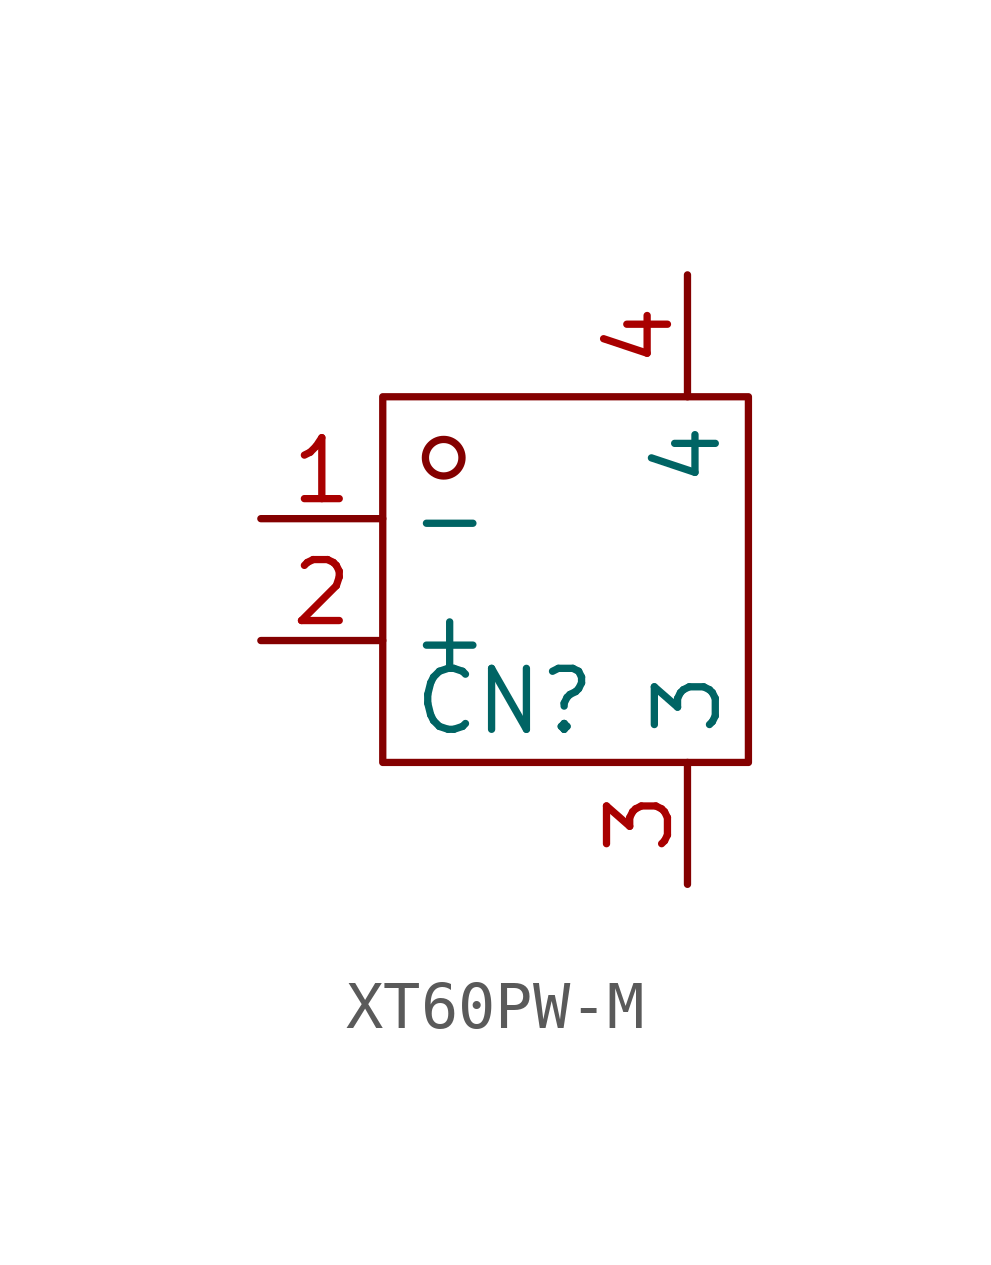
<source format=kicad_sym>
(kicad_symbol_lib
  (version 20241209)
  (generator "kicad_symbol_editor")
  (generator_version "9.0")
  (symbol "XT60PW-M"
    (property "Reference" "CN"
      (at 0 0 0)
      (effects (font (size 1.27 1.27))))
    (property "Value" ""
      (at 0 0 0)
      (effects (font (size 1.27 1.27))))
    (symbol "XT60PW-M_1_0"
      (rectangle (start -2.54 -1.27) (end 5.08 6.35) (stroke (width 0) (type default)) (fill (type none)))
      (circle (center -1.27 5.08) (radius 0.381) (stroke (width 0) (type default)) (fill (type none)))
      (pin power_in line (at -5.08 3.81 0) (length 2.54) (name "-" (effects (font (size 1.27 1.27)))) (number "1" (effects (font (size 1.27 1.27)))))
      (pin power_in line (at -5.08 1.27 0) (length 2.54) (name "+" (effects (font (size 1.27 1.27)))) (number "2" (effects (font (size 1.27 1.27)))))
      (pin passive line (at 3.81 8.89 270) (length 2.54) (name "4" (effects (font (size 1.27 1.27)))) (number "4" (effects (font (size 1.27 1.27)))))
      (pin passive line (at 3.81 -3.81 90) (length 2.54) (name "3" (effects (font (size 1.27 1.27)))) (number "3" (effects (font (size 1.27 1.27))))))))
</source>
